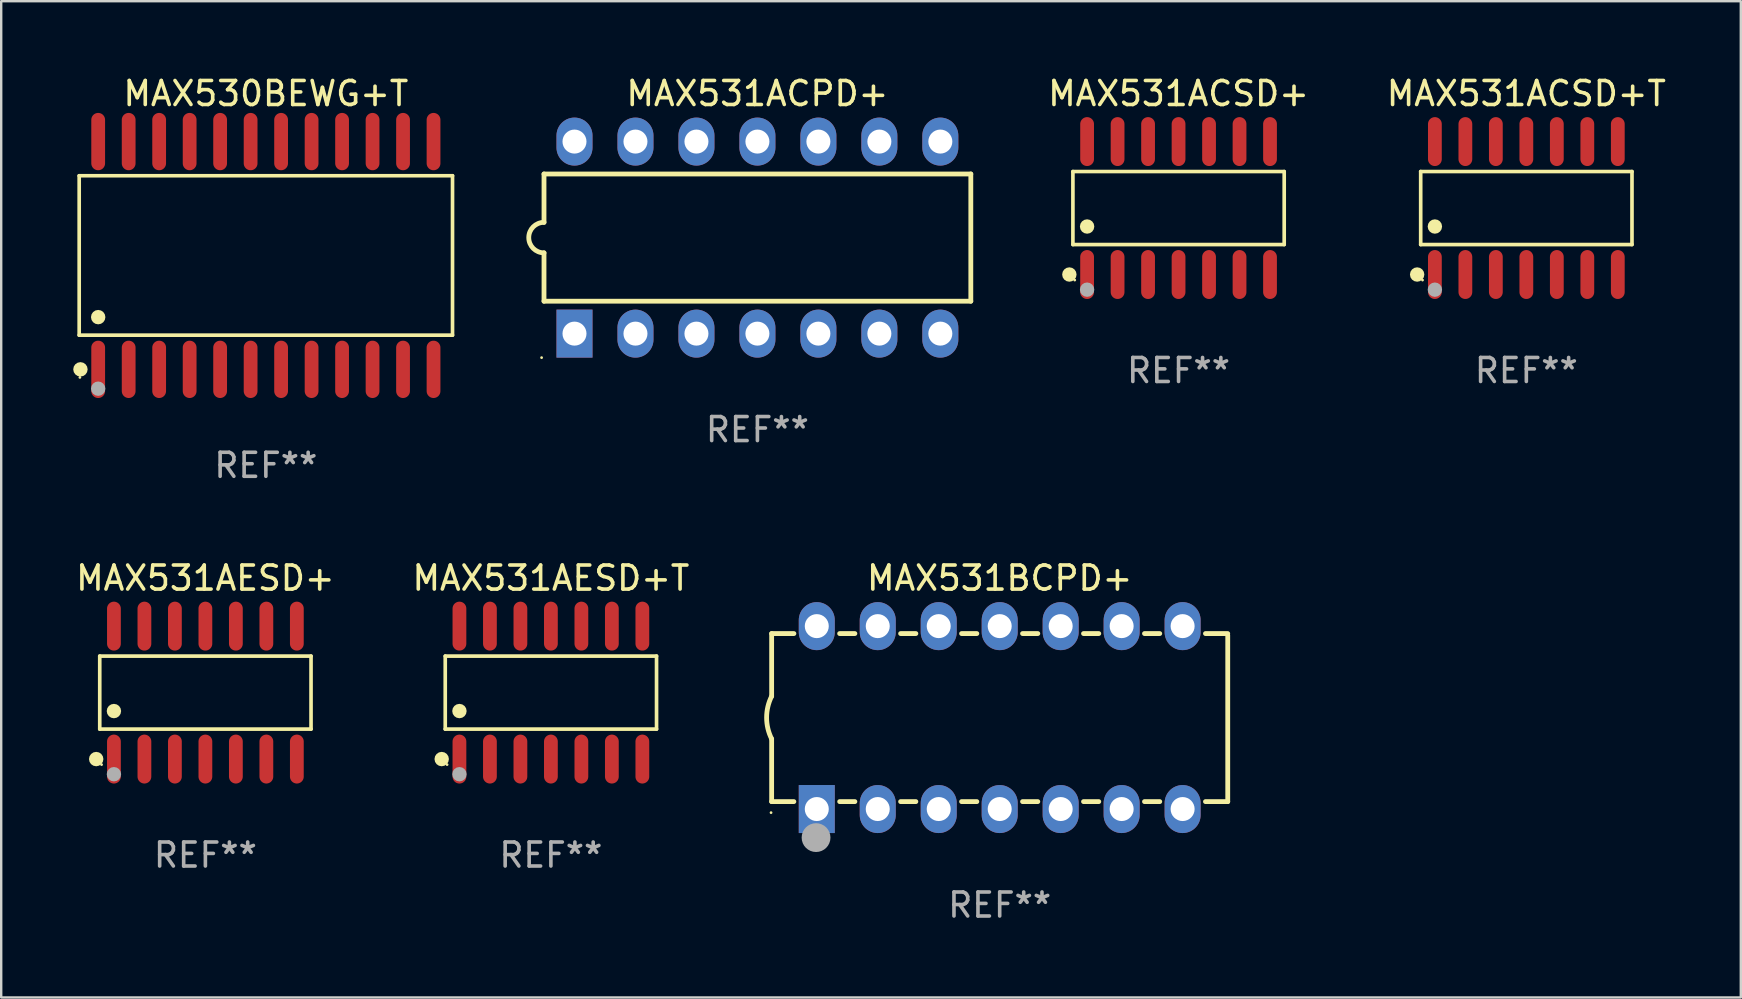
<source format=kicad_pcb>
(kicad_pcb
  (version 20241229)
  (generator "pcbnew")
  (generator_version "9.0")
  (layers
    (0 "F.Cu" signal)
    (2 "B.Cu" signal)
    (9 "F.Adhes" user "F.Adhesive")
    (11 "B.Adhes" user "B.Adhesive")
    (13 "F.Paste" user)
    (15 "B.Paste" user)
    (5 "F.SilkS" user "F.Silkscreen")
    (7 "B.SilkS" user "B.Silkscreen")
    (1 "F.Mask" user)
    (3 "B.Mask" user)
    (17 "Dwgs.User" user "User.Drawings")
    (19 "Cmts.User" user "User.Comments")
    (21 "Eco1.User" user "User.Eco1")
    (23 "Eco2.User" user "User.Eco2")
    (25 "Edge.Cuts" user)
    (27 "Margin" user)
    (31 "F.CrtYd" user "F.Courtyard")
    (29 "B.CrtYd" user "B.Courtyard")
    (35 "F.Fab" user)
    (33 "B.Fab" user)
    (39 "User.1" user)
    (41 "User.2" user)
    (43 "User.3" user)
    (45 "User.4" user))
  (footprint "MAX531AESD+T"
    (layer "F.Cu")
    (at 19.899 25.802)
    (property "Reference" "MAX531AESD+T" (at 0 -4.769 0) (layer "F.SilkS") (effects (font (size 1 1) (thickness 0.15))))
    (attr through_hole)
    (fp_line (start -4.401 -1.521) (end 4.401 -1.521) (stroke (width 0.152) (type solid)) (layer "F.SilkS"))
    (fp_line (start -4.401 1.521) (end -4.401 -1.521) (stroke (width 0.152) (type solid)) (layer "F.SilkS"))
    (fp_line (start 4.401 -1.521) (end 4.401 1.521) (stroke (width 0.152) (type solid)) (layer "F.SilkS"))
    (fp_line (start 4.401 1.521) (end -4.401 1.521) (stroke (width 0.152) (type solid)) (layer "F.SilkS"))
    (fp_circle (center -4.549 2.769) (end -4.399 2.769) (stroke (width 0.3) (type solid)) (fill no) (layer "F.SilkS"))
    (fp_circle (center -4.325 3) (end -4.295 3) (stroke (width 0.06) (type solid)) (fill no) (layer "F.SilkS"))
    (fp_circle (center -3.81 0.769) (end -3.66 0.769) (stroke (width 0.3) (type solid)) (fill no) (layer "F.SilkS"))
    (fp_circle (center -3.81 3.4) (end -3.66 3.4) (stroke (width 0.3) (type solid)) (fill no) (layer "F.Fab"))
    (fp_text user "REF**" (at 0 6.769 0) (layer "F.Fab") (effects (font (size 1 1) (thickness 0.15))))
    (pad "1" smd oval (at -3.81 2.769) (size 0.574 2.038) (layers "F.Cu" "F.Mask" "F.Paste"))
    (pad "2" smd oval (at -2.54 2.769) (size 0.574 2.038) (layers "F.Cu" "F.Mask" "F.Paste"))
    (pad "3" smd oval (at -1.27 2.769) (size 0.574 2.038) (layers "F.Cu" "F.Mask" "F.Paste"))
    (pad "4" smd oval (at 0 2.769) (size 0.574 2.038) (layers "F.Cu" "F.Mask" "F.Paste"))
    (pad "5" smd oval (at 1.27 2.769) (size 0.574 2.038) (layers "F.Cu" "F.Mask" "F.Paste"))
    (pad "6" smd oval (at 2.54 2.769) (size 0.574 2.038) (layers "F.Cu" "F.Mask" "F.Paste"))
    (pad "7" smd oval (at 3.81 2.769) (size 0.574 2.038) (layers "F.Cu" "F.Mask" "F.Paste"))
    (pad "8" smd oval (at 3.81 -2.769) (size 0.574 2.038) (layers "F.Cu" "F.Mask" "F.Paste"))
    (pad "9" smd oval (at 2.54 -2.769) (size 0.574 2.038) (layers "F.Cu" "F.Mask" "F.Paste"))
    (pad "10" smd oval (at 1.27 -2.769) (size 0.574 2.038) (layers "F.Cu" "F.Mask" "F.Paste"))
    (pad "11" smd oval (at 0 -2.769) (size 0.574 2.038) (layers "F.Cu" "F.Mask" "F.Paste"))
    (pad "12" smd oval (at -1.27 -2.769) (size 0.574 2.038) (layers "F.Cu" "F.Mask" "F.Paste"))
    (pad "13" smd oval (at -2.54 -2.769) (size 0.574 2.038) (layers "F.Cu" "F.Mask" "F.Paste"))
    (pad "14" smd oval (at -3.81 -2.769) (size 0.574 2.038) (layers "F.Cu" "F.Mask" "F.Paste")))
  (footprint "MAX531BCPD+"
    (layer "F.Cu")
    (at 38.595 26.843)
    (property "Reference" "MAX531BCPD+" (at 0 -5.81 0) (layer "F.SilkS") (effects (font (size 1 1) (thickness 0.15))))
    (attr through_hole)
    (fp_line (start -9.5 -3.5) (end -9.5 -0.889) (stroke (width 0.2) (type solid)) (layer "F.SilkS"))
    (fp_line (start -9.5 -3.5) (end -8.572 -3.5) (stroke (width 0.2) (type solid)) (layer "F.SilkS"))
    (fp_line (start -9.5 3.5) (end -9.5 0.889) (stroke (width 0.2) (type solid)) (layer "F.SilkS"))
    (fp_line (start -9.5 3.5) (end -8.574 3.5) (stroke (width 0.2) (type solid)) (layer "F.SilkS"))
    (fp_line (start -6.668 -3.5) (end -6.032 -3.5) (stroke (width 0.2) (type solid)) (layer "F.SilkS"))
    (fp_line (start -6.666 3.5) (end -6.032 3.5) (stroke (width 0.2) (type solid)) (layer "F.SilkS"))
    (fp_line (start -4.128 -3.5) (end -3.492 -3.5) (stroke (width 0.2) (type solid)) (layer "F.SilkS"))
    (fp_line (start -4.128 3.5) (end -3.492 3.5) (stroke (width 0.2) (type solid)) (layer "F.SilkS"))
    (fp_line (start -1.588 -3.5) (end -0.952 -3.5) (stroke (width 0.2) (type solid)) (layer "F.SilkS"))
    (fp_line (start -1.588 3.5) (end -0.952 3.5) (stroke (width 0.2) (type solid)) (layer "F.SilkS"))
    (fp_line (start 0.952 -3.5) (end 1.588 -3.5) (stroke (width 0.2) (type solid)) (layer "F.SilkS"))
    (fp_line (start 0.952 3.5) (end 1.588 3.5) (stroke (width 0.2) (type solid)) (layer "F.SilkS"))
    (fp_line (start 3.492 -3.5) (end 4.128 -3.5) (stroke (width 0.2) (type solid)) (layer "F.SilkS"))
    (fp_line (start 3.492 3.5) (end 4.128 3.5) (stroke (width 0.2) (type solid)) (layer "F.SilkS"))
    (fp_line (start 6.032 -3.5) (end 6.668 -3.5) (stroke (width 0.2) (type solid)) (layer "F.SilkS"))
    (fp_line (start 6.032 3.5) (end 6.668 3.5) (stroke (width 0.2) (type solid)) (layer "F.SilkS"))
    (fp_line (start 8.572 -3.5) (end 9.5 -3.5) (stroke (width 0.2) (type solid)) (layer "F.SilkS"))
    (fp_line (start 8.572 3.5) (end 9.5 3.5) (stroke (width 0.2) (type solid)) (layer "F.SilkS"))
    (fp_line (start 9.5 3.5) (end 9.5 -3.429) (stroke (width 0.2) (type solid)) (layer "F.SilkS"))
    (fp_arc (start -9.499619 0.889001) (mid -9.709623 0.000047) (end -9.500025 -0.889002) (stroke (width 0.2) (type solid)) (layer "F.SilkS"))
    (fp_circle (center -9.525 3.96) (end -9.495 3.96) (stroke (width 0.06) (type solid)) (fill no) (layer "F.SilkS"))
    (fp_circle (center -7.65 5) (end -7.35 5) (stroke (width 0.6) (type solid)) (fill no) (layer "F.Fab"))
    (fp_text user "REF**" (at 0 7.81 0) (layer "F.Fab") (effects (font (size 1 1) (thickness 0.15))))
    (pad "1" thru_hole rect (at -7.62 3.81 90) (size 2 1.5) (drill 1) (layers "*.Cu" "*.Mask"))
    (pad "2" thru_hole oval (at -5.08 3.81 90) (size 2 1.5) (drill 1) (layers "*.Cu" "*.Mask"))
    (pad "3" thru_hole oval (at -2.54 3.81 90) (size 2 1.5) (drill 1) (layers "*.Cu" "*.Mask"))
    (pad "4" thru_hole oval (at 0 3.81 90) (size 2 1.5) (drill 1) (layers "*.Cu" "*.Mask"))
    (pad "5" thru_hole oval (at 2.54 3.81 90) (size 2 1.5) (drill 1) (layers "*.Cu" "*.Mask"))
    (pad "6" thru_hole oval (at 5.08 3.81 90) (size 2 1.5) (drill 1) (layers "*.Cu" "*.Mask"))
    (pad "7" thru_hole oval (at 7.62 3.81 90) (size 2 1.5) (drill 1) (layers "*.Cu" "*.Mask"))
    (pad "8" thru_hole oval (at 7.62 -3.81 90) (size 2 1.5) (drill 1) (layers "*.Cu" "*.Mask"))
    (pad "9" thru_hole oval (at 5.08 -3.81 90) (size 2 1.5) (drill 1) (layers "*.Cu" "*.Mask"))
    (pad "10" thru_hole oval (at 2.54 -3.81 90) (size 2 1.5) (drill 1) (layers "*.Cu" "*.Mask"))
    (pad "11" thru_hole oval (at 0 -3.81 90) (size 2 1.5) (drill 1) (layers "*.Cu" "*.Mask"))
    (pad "12" thru_hole oval (at -2.54 -3.81 90) (size 2 1.5) (drill 1) (layers "*.Cu" "*.Mask"))
    (pad "13" thru_hole oval (at -5.08 -3.81 90) (size 2 1.5) (drill 1) (layers "*.Cu" "*.Mask"))
    (pad "14" thru_hole oval (at -7.62 -3.81 90) (size 2 1.5) (drill 1) (layers "*.Cu" "*.Mask")))
  (footprint "MAX531ACSD+"
    (layer "F.Cu")
    (at 46.046 5.617)
    (property "Reference" "MAX531ACSD+" (at 0 -4.769 0) (layer "F.SilkS") (effects (font (size 1 1) (thickness 0.15))))
    (attr through_hole)
    (fp_line (start -4.401 -1.521) (end 4.401 -1.521) (stroke (width 0.152) (type solid)) (layer "F.SilkS"))
    (fp_line (start -4.401 1.521) (end -4.401 -1.521) (stroke (width 0.152) (type solid)) (layer "F.SilkS"))
    (fp_line (start 4.401 -1.521) (end 4.401 1.521) (stroke (width 0.152) (type solid)) (layer "F.SilkS"))
    (fp_line (start 4.401 1.521) (end -4.401 1.521) (stroke (width 0.152) (type solid)) (layer "F.SilkS"))
    (fp_circle (center -4.549 2.769) (end -4.399 2.769) (stroke (width 0.3) (type solid)) (fill no) (layer "F.SilkS"))
    (fp_circle (center -4.325 3) (end -4.295 3) (stroke (width 0.06) (type solid)) (fill no) (layer "F.SilkS"))
    (fp_circle (center -3.81 0.769) (end -3.66 0.769) (stroke (width 0.3) (type solid)) (fill no) (layer "F.SilkS"))
    (fp_circle (center -3.81 3.4) (end -3.66 3.4) (stroke (width 0.3) (type solid)) (fill no) (layer "F.Fab"))
    (fp_text user "REF**" (at 0 6.769 0) (layer "F.Fab") (effects (font (size 1 1) (thickness 0.15))))
    (pad "1" smd oval (at -3.81 2.769) (size 0.574 2.038) (layers "F.Cu" "F.Mask" "F.Paste"))
    (pad "2" smd oval (at -2.54 2.769) (size 0.574 2.038) (layers "F.Cu" "F.Mask" "F.Paste"))
    (pad "3" smd oval (at -1.27 2.769) (size 0.574 2.038) (layers "F.Cu" "F.Mask" "F.Paste"))
    (pad "4" smd oval (at 0 2.769) (size 0.574 2.038) (layers "F.Cu" "F.Mask" "F.Paste"))
    (pad "5" smd oval (at 1.27 2.769) (size 0.574 2.038) (layers "F.Cu" "F.Mask" "F.Paste"))
    (pad "6" smd oval (at 2.54 2.769) (size 0.574 2.038) (layers "F.Cu" "F.Mask" "F.Paste"))
    (pad "7" smd oval (at 3.81 2.769) (size 0.574 2.038) (layers "F.Cu" "F.Mask" "F.Paste"))
    (pad "8" smd oval (at 3.81 -2.769) (size 0.574 2.038) (layers "F.Cu" "F.Mask" "F.Paste"))
    (pad "9" smd oval (at 2.54 -2.769) (size 0.574 2.038) (layers "F.Cu" "F.Mask" "F.Paste"))
    (pad "10" smd oval (at 1.27 -2.769) (size 0.574 2.038) (layers "F.Cu" "F.Mask" "F.Paste"))
    (pad "11" smd oval (at 0 -2.769) (size 0.574 2.038) (layers "F.Cu" "F.Mask" "F.Paste"))
    (pad "12" smd oval (at -1.27 -2.769) (size 0.574 2.038) (layers "F.Cu" "F.Mask" "F.Paste"))
    (pad "13" smd oval (at -2.54 -2.769) (size 0.574 2.038) (layers "F.Cu" "F.Mask" "F.Paste"))
    (pad "14" smd oval (at -3.81 -2.769) (size 0.574 2.038) (layers "F.Cu" "F.Mask" "F.Paste")))
  (footprint "MAX531ACSD+T"
    (layer "F.Cu")
    (at 60.534 5.617)
    (property "Reference" "MAX531ACSD+T" (at 0 -4.769 0) (layer "F.SilkS") (effects (font (size 1 1) (thickness 0.15))))
    (attr through_hole)
    (fp_line (start -4.401 -1.521) (end 4.401 -1.521) (stroke (width 0.152) (type solid)) (layer "F.SilkS"))
    (fp_line (start -4.401 1.521) (end -4.401 -1.521) (stroke (width 0.152) (type solid)) (layer "F.SilkS"))
    (fp_line (start 4.401 -1.521) (end 4.401 1.521) (stroke (width 0.152) (type solid)) (layer "F.SilkS"))
    (fp_line (start 4.401 1.521) (end -4.401 1.521) (stroke (width 0.152) (type solid)) (layer "F.SilkS"))
    (fp_circle (center -4.549 2.769) (end -4.399 2.769) (stroke (width 0.3) (type solid)) (fill no) (layer "F.SilkS"))
    (fp_circle (center -4.325 3) (end -4.295 3) (stroke (width 0.06) (type solid)) (fill no) (layer "F.SilkS"))
    (fp_circle (center -3.81 0.769) (end -3.66 0.769) (stroke (width 0.3) (type solid)) (fill no) (layer "F.SilkS"))
    (fp_circle (center -3.81 3.4) (end -3.66 3.4) (stroke (width 0.3) (type solid)) (fill no) (layer "F.Fab"))
    (fp_text user "REF**" (at 0 6.769 0) (layer "F.Fab") (effects (font (size 1 1) (thickness 0.15))))
    (pad "1" smd oval (at -3.81 2.769) (size 0.574 2.038) (layers "F.Cu" "F.Mask" "F.Paste"))
    (pad "2" smd oval (at -2.54 2.769) (size 0.574 2.038) (layers "F.Cu" "F.Mask" "F.Paste"))
    (pad "3" smd oval (at -1.27 2.769) (size 0.574 2.038) (layers "F.Cu" "F.Mask" "F.Paste"))
    (pad "4" smd oval (at 0 2.769) (size 0.574 2.038) (layers "F.Cu" "F.Mask" "F.Paste"))
    (pad "5" smd oval (at 1.27 2.769) (size 0.574 2.038) (layers "F.Cu" "F.Mask" "F.Paste"))
    (pad "6" smd oval (at 2.54 2.769) (size 0.574 2.038) (layers "F.Cu" "F.Mask" "F.Paste"))
    (pad "7" smd oval (at 3.81 2.769) (size 0.574 2.038) (layers "F.Cu" "F.Mask" "F.Paste"))
    (pad "8" smd oval (at 3.81 -2.769) (size 0.574 2.038) (layers "F.Cu" "F.Mask" "F.Paste"))
    (pad "9" smd oval (at 2.54 -2.769) (size 0.574 2.038) (layers "F.Cu" "F.Mask" "F.Paste"))
    (pad "10" smd oval (at 1.27 -2.769) (size 0.574 2.038) (layers "F.Cu" "F.Mask" "F.Paste"))
    (pad "11" smd oval (at 0 -2.769) (size 0.574 2.038) (layers "F.Cu" "F.Mask" "F.Paste"))
    (pad "12" smd oval (at -1.27 -2.769) (size 0.574 2.038) (layers "F.Cu" "F.Mask" "F.Paste"))
    (pad "13" smd oval (at -2.54 -2.769) (size 0.574 2.038) (layers "F.Cu" "F.Mask" "F.Paste"))
    (pad "14" smd oval (at -3.81 -2.769) (size 0.574 2.038) (layers "F.Cu" "F.Mask" "F.Paste")))
  (footprint "MAX531ACPD+"
    (layer "F.Cu")
    (at 28.502 6.848)
    (property "Reference" "MAX531ACPD+" (at 0 -6 0) (layer "F.SilkS") (effects (font (size 1 1) (thickness 0.15))))
    (attr through_hole)
    (fp_line (start -8.89 -2.65) (end -8.89 -0.635) (stroke (width 0.2) (type solid)) (layer "F.SilkS"))
    (fp_line (start -8.89 0.635) (end -8.89 2.65) (stroke (width 0.2) (type solid)) (layer "F.SilkS"))
    (fp_line (start -8.89 2.65) (end 8.89 2.65) (stroke (width 0.2) (type solid)) (layer "F.SilkS"))
    (fp_line (start 8.89 -2.65) (end -8.89 -2.65) (stroke (width 0.2) (type solid)) (layer "F.SilkS"))
    (fp_line (start 8.89 2.65) (end 8.89 -2.65) (stroke (width 0.2) (type solid)) (layer "F.SilkS"))
    (fp_arc (start -8.890018 0.635001) (mid -9.525019 0) (end -8.890018 -0.635001) (stroke (width 0.2) (type solid)) (layer "F.SilkS"))
    (fp_circle (center -8.99 5) (end -8.96 5) (stroke (width 0.06) (type solid)) (fill no) (layer "F.SilkS"))
    (fp_text user "REF**" (at 0 8 0) (layer "F.Fab") (effects (font (size 1 1) (thickness 0.15))))
    (pad "1" thru_hole rect (at -7.62 4 90) (size 2 1.5) (drill 1) (layers "*.Cu" "*.Mask"))
    (pad "2" thru_hole oval (at -5.08 4 90) (size 2 1.5) (drill 1) (layers "*.Cu" "*.Mask"))
    (pad "3" thru_hole oval (at -2.54 4 90) (size 2 1.5) (drill 1) (layers "*.Cu" "*.Mask"))
    (pad "4" thru_hole oval (at 0 4 90) (size 2 1.5) (drill 1) (layers "*.Cu" "*.Mask"))
    (pad "5" thru_hole oval (at 2.54 4 90) (size 2 1.5) (drill 1) (layers "*.Cu" "*.Mask"))
    (pad "6" thru_hole oval (at 5.08 4 90) (size 2 1.5) (drill 1) (layers "*.Cu" "*.Mask"))
    (pad "7" thru_hole oval (at 7.62 4 90) (size 2 1.5) (drill 1) (layers "*.Cu" "*.Mask"))
    (pad "8" thru_hole oval (at 7.62 -4 90) (size 2 1.5) (drill 1) (layers "*.Cu" "*.Mask"))
    (pad "9" thru_hole oval (at 5.08 -4 90) (size 2 1.5) (drill 1) (layers "*.Cu" "*.Mask"))
    (pad "10" thru_hole oval (at 2.54 -4 90) (size 2 1.5) (drill 1) (layers "*.Cu" "*.Mask"))
    (pad "11" thru_hole oval (at 0 -4 90) (size 2 1.5) (drill 1) (layers "*.Cu" "*.Mask"))
    (pad "12" thru_hole oval (at -2.54 -4 90) (size 2 1.5) (drill 1) (layers "*.Cu" "*.Mask"))
    (pad "13" thru_hole oval (at -5.08 -4 90) (size 2 1.5) (drill 1) (layers "*.Cu" "*.Mask"))
    (pad "14" thru_hole oval (at -7.62 -4 90) (size 2 1.5) (drill 1) (layers "*.Cu" "*.Mask")))
  (footprint "MAX531AESD+"
    (layer "F.Cu")
    (at 5.506 25.802)
    (property "Reference" "MAX531AESD+" (at 0 -4.769 0) (layer "F.SilkS") (effects (font (size 1 1) (thickness 0.15))))
    (attr through_hole)
    (fp_line (start -4.401 -1.521) (end 4.401 -1.521) (stroke (width 0.152) (type solid)) (layer "F.SilkS"))
    (fp_line (start -4.401 1.521) (end -4.401 -1.521) (stroke (width 0.152) (type solid)) (layer "F.SilkS"))
    (fp_line (start 4.401 -1.521) (end 4.401 1.521) (stroke (width 0.152) (type solid)) (layer "F.SilkS"))
    (fp_line (start 4.401 1.521) (end -4.401 1.521) (stroke (width 0.152) (type solid)) (layer "F.SilkS"))
    (fp_circle (center -4.549 2.769) (end -4.399 2.769) (stroke (width 0.3) (type solid)) (fill no) (layer "F.SilkS"))
    (fp_circle (center -4.325 3) (end -4.295 3) (stroke (width 0.06) (type solid)) (fill no) (layer "F.SilkS"))
    (fp_circle (center -3.81 0.769) (end -3.66 0.769) (stroke (width 0.3) (type solid)) (fill no) (layer "F.SilkS"))
    (fp_circle (center -3.81 3.4) (end -3.66 3.4) (stroke (width 0.3) (type solid)) (fill no) (layer "F.Fab"))
    (fp_text user "REF**" (at 0 6.769 0) (layer "F.Fab") (effects (font (size 1 1) (thickness 0.15))))
    (pad "1" smd oval (at -3.81 2.769) (size 0.574 2.038) (layers "F.Cu" "F.Mask" "F.Paste"))
    (pad "2" smd oval (at -2.54 2.769) (size 0.574 2.038) (layers "F.Cu" "F.Mask" "F.Paste"))
    (pad "3" smd oval (at -1.27 2.769) (size 0.574 2.038) (layers "F.Cu" "F.Mask" "F.Paste"))
    (pad "4" smd oval (at 0 2.769) (size 0.574 2.038) (layers "F.Cu" "F.Mask" "F.Paste"))
    (pad "5" smd oval (at 1.27 2.769) (size 0.574 2.038) (layers "F.Cu" "F.Mask" "F.Paste"))
    (pad "6" smd oval (at 2.54 2.769) (size 0.574 2.038) (layers "F.Cu" "F.Mask" "F.Paste"))
    (pad "7" smd oval (at 3.81 2.769) (size 0.574 2.038) (layers "F.Cu" "F.Mask" "F.Paste"))
    (pad "8" smd oval (at 3.81 -2.769) (size 0.574 2.038) (layers "F.Cu" "F.Mask" "F.Paste"))
    (pad "9" smd oval (at 2.54 -2.769) (size 0.574 2.038) (layers "F.Cu" "F.Mask" "F.Paste"))
    (pad "10" smd oval (at 1.27 -2.769) (size 0.574 2.038) (layers "F.Cu" "F.Mask" "F.Paste"))
    (pad "11" smd oval (at 0 -2.769) (size 0.574 2.038) (layers "F.Cu" "F.Mask" "F.Paste"))
    (pad "12" smd oval (at -1.27 -2.769) (size 0.574 2.038) (layers "F.Cu" "F.Mask" "F.Paste"))
    (pad "13" smd oval (at -2.54 -2.769) (size 0.574 2.038) (layers "F.Cu" "F.Mask" "F.Paste"))
    (pad "14" smd oval (at -3.81 -2.769) (size 0.574 2.038) (layers "F.Cu" "F.Mask" "F.Paste")))
  (footprint "MAX530BEWG+T"
    (layer "F.Cu")
    (at 8.025 7.592)
    (property "Reference" "MAX530BEWG+T" (at 0 -6.744 0) (layer "F.SilkS") (effects (font (size 1 1) (thickness 0.15))))
    (attr through_hole)
    (fp_line (start -7.776 -3.321) (end 7.776 -3.321) (stroke (width 0.152) (type solid)) (layer "F.SilkS"))
    (fp_line (start -7.776 3.321) (end -7.776 -3.321) (stroke (width 0.152) (type solid)) (layer "F.SilkS"))
    (fp_line (start 7.776 -3.321) (end 7.776 3.321) (stroke (width 0.152) (type solid)) (layer "F.SilkS"))
    (fp_line (start 7.776 3.321) (end -7.776 3.321) (stroke (width 0.152) (type solid)) (layer "F.SilkS"))
    (fp_circle (center -7.747 5.08) (end -7.717 5.08) (stroke (width 0.06) (type solid)) (fill no) (layer "F.SilkS"))
    (fp_circle (center -7.724 4.744) (end -7.574 4.744) (stroke (width 0.3) (type solid)) (fill no) (layer "F.SilkS"))
    (fp_circle (center -6.985 2.569) (end -6.835 2.569) (stroke (width 0.3) (type solid)) (fill no) (layer "F.SilkS"))
    (fp_circle (center -6.985 5.55) (end -6.835 5.55) (stroke (width 0.3) (type solid)) (fill no) (layer "F.Fab"))
    (fp_text user "REF**" (at 0 8.744 0) (layer "F.Fab") (effects (font (size 1 1) (thickness 0.15))))
    (pad "1" smd oval (at -6.985 4.744) (size 0.574 2.388) (layers "F.Cu" "F.Mask" "F.Paste"))
    (pad "2" smd oval (at -5.715 4.744) (size 0.574 2.388) (layers "F.Cu" "F.Mask" "F.Paste"))
    (pad "3" smd oval (at -4.445 4.744) (size 0.574 2.388) (layers "F.Cu" "F.Mask" "F.Paste"))
    (pad "4" smd oval (at -3.175 4.744) (size 0.574 2.388) (layers "F.Cu" "F.Mask" "F.Paste"))
    (pad "5" smd oval (at -1.905 4.744) (size 0.574 2.388) (layers "F.Cu" "F.Mask" "F.Paste"))
    (pad "6" smd oval (at -0.635 4.744) (size 0.574 2.388) (layers "F.Cu" "F.Mask" "F.Paste"))
    (pad "7" smd oval (at 0.635 4.744) (size 0.574 2.388) (layers "F.Cu" "F.Mask" "F.Paste"))
    (pad "8" smd oval (at 1.905 4.744) (size 0.574 2.388) (layers "F.Cu" "F.Mask" "F.Paste"))
    (pad "9" smd oval (at 3.175 4.744) (size 0.574 2.388) (layers "F.Cu" "F.Mask" "F.Paste"))
    (pad "10" smd oval (at 4.445 4.744) (size 0.574 2.388) (layers "F.Cu" "F.Mask" "F.Paste"))
    (pad "11" smd oval (at 5.715 4.744) (size 0.574 2.388) (layers "F.Cu" "F.Mask" "F.Paste"))
    (pad "12" smd oval (at 6.985 4.744) (size 0.574 2.388) (layers "F.Cu" "F.Mask" "F.Paste"))
    (pad "13" smd oval (at 6.985 -4.744) (size 0.574 2.388) (layers "F.Cu" "F.Mask" "F.Paste"))
    (pad "14" smd oval (at 5.715 -4.744) (size 0.574 2.388) (layers "F.Cu" "F.Mask" "F.Paste"))
    (pad "15" smd oval (at 4.445 -4.744) (size 0.574 2.388) (layers "F.Cu" "F.Mask" "F.Paste"))
    (pad "16" smd oval (at 3.175 -4.744) (size 0.574 2.388) (layers "F.Cu" "F.Mask" "F.Paste"))
    (pad "17" smd oval (at 1.905 -4.744) (size 0.574 2.388) (layers "F.Cu" "F.Mask" "F.Paste"))
    (pad "18" smd oval (at 0.635 -4.744) (size 0.574 2.388) (layers "F.Cu" "F.Mask" "F.Paste"))
    (pad "19" smd oval (at -0.635 -4.744) (size 0.574 2.388) (layers "F.Cu" "F.Mask" "F.Paste"))
    (pad "20" smd oval (at -1.905 -4.744) (size 0.574 2.388) (layers "F.Cu" "F.Mask" "F.Paste"))
    (pad "21" smd oval (at -3.175 -4.744) (size 0.574 2.388) (layers "F.Cu" "F.Mask" "F.Paste"))
    (pad "22" smd oval (at -4.445 -4.744) (size 0.574 2.388) (layers "F.Cu" "F.Mask" "F.Paste"))
    (pad "23" smd oval (at -5.715 -4.744) (size 0.574 2.388) (layers "F.Cu" "F.Mask" "F.Paste"))
    (pad "24" smd oval (at -6.985 -4.744) (size 0.574 2.388) (layers "F.Cu" "F.Mask" "F.Paste")))
  (gr_rect
    (start -3 -3)
    (end 69.468 38.501)
    (stroke (width 0.1) (type default))
    (fill no)
    (layer "Edge.Cuts")))
</source>
